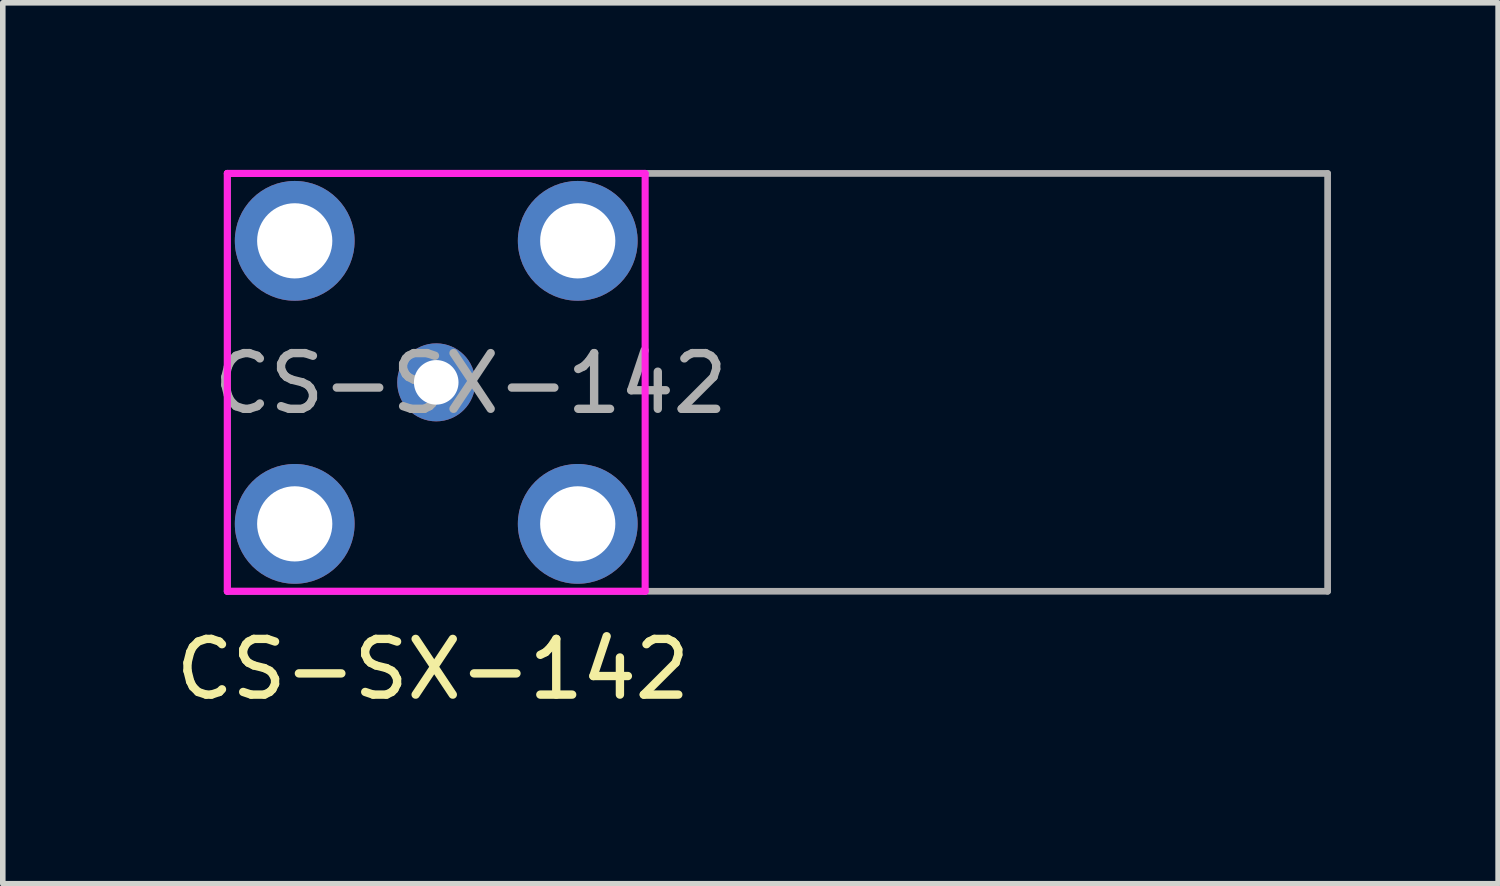
<source format=kicad_pcb>
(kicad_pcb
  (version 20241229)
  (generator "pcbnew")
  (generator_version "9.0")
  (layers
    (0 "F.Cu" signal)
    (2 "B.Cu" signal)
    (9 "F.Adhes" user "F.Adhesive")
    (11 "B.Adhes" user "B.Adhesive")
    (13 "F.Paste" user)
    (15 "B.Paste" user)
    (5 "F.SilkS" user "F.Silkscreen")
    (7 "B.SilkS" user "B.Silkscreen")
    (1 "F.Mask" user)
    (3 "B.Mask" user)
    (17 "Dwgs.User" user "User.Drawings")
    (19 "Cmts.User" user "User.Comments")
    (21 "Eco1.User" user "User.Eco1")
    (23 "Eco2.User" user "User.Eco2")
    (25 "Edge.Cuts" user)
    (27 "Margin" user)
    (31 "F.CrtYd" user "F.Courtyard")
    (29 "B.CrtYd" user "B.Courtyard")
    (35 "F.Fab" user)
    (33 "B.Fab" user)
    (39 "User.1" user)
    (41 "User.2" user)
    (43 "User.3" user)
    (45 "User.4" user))
  (footprint "CS-SX-142"
    (layer "F.Cu")
    (at 4.78 3.813)
    (property "Reference" "CS-SX-142" (at -0.06 5.15 0) (layer "F.SilkS") (effects (font (size 1 1) (thickness 0.15))))
    (attr through_hole)
    (fp_line (start -3.75 -3.75) (end -3.75 3.75) (stroke (width 0.127) (type solid)) (layer "F.CrtYd"))
    (fp_line (start -3.75 -3.75) (end 3.75 -3.75) (stroke (width 0.127) (type solid)) (layer "F.CrtYd"))
    (fp_line (start 3.75 -3.75) (end 3.75 3.75) (stroke (width 0.127) (type solid)) (layer "F.CrtYd"))
    (fp_line (start 3.75 3.75) (end -3.75 3.75) (stroke (width 0.127) (type solid)) (layer "F.CrtYd"))
    (fp_line (start -3.75 -3.75) (end 16 -3.75) (stroke (width 0.12) (type solid)) (layer "F.Fab"))
    (fp_line (start -3.75 3.75) (end -3.75 -3.75) (stroke (width 0.12) (type solid)) (layer "F.Fab"))
    (fp_line (start 16 -3.75) (end 16 3.75) (stroke (width 0.12) (type solid)) (layer "F.Fab"))
    (fp_line (start 16 3.75) (end -3.75 3.75) (stroke (width 0.12) (type solid)) (layer "F.Fab"))
    (fp_text user "${REFERENCE}" (at 0.62 0.02 0) (layer "F.Fab") (effects (font (size 1 1) (thickness 0.15))))
    (pad "1" thru_hole circle (at 0 0) (size 1.4 1.4) (drill 0.8) (layers "*.Mask" "B.Cu"))
    (pad "2" thru_hole circle (at 2.54 -2.54) (size 2.15 2.15) (drill 1.35) (layers "*.Cu" "*.Mask"))
    (pad "3" thru_hole circle (at -2.54 -2.54) (size 2.15 2.15) (drill 1.35) (layers "*.Cu" "*.Mask"))
    (pad "4" thru_hole circle (at -2.54 2.54) (size 2.15 2.15) (drill 1.35) (layers "*.Cu" "*.Mask"))
    (pad "5" thru_hole circle (at 2.54 2.54) (size 2.15 2.15) (drill 1.35) (layers "*.Cu" "*.Mask")))
  (gr_rect
    (start -3 -3)
    (end 23.84 12.812)
    (stroke (width 0.1) (type default))
    (fill no)
    (layer "Edge.Cuts")))
</source>
